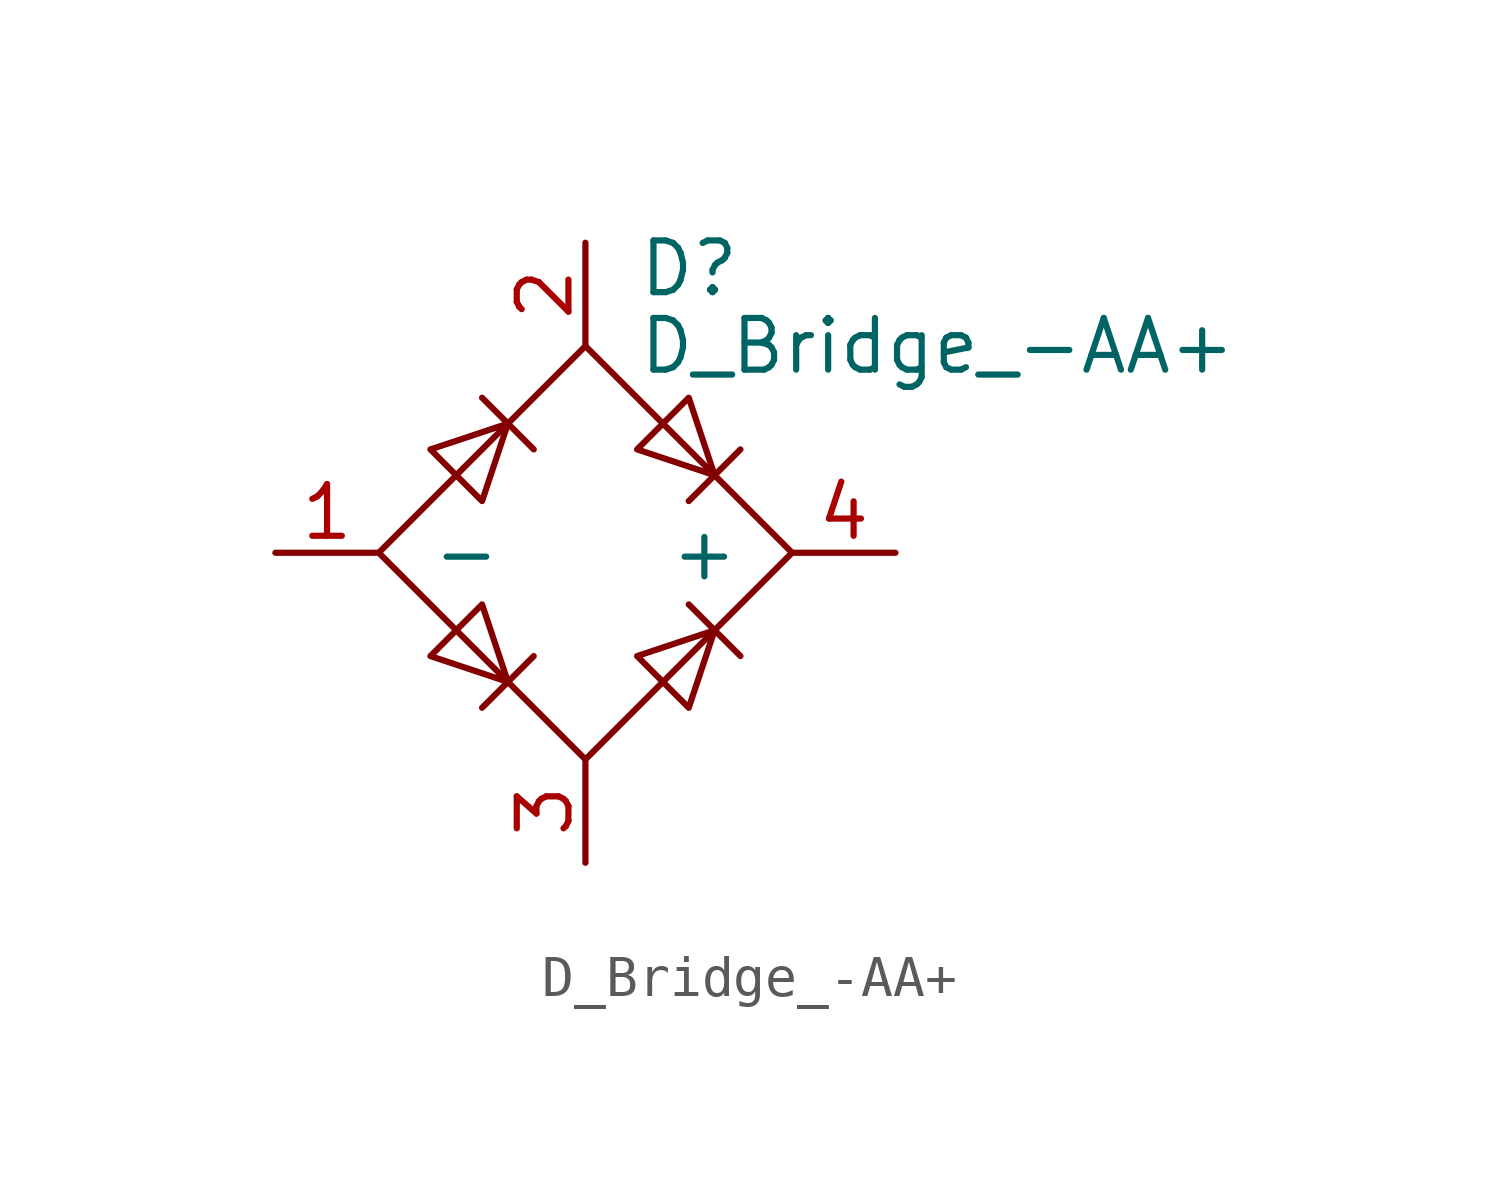
<source format=kicad_sym>
(kicad_symbol_lib
  (version 20211014)
  (generator kicad_symbol_editor)
  (symbol "D_Bridge_-AA+"
    (pin_names
      (offset 1.27))
    (property "Reference" "D"
      (at 1.27 6.985 0)
      (effects (font (size 1.27 1.27)) (justify left)))
    (property "Value" "D_Bridge_-AA+"
      (at 1.27 5.08 0)
      (effects (font (size 1.27 1.27)) (justify left)))
    (symbol "D_Bridge_-AA+_0_1"
      (polyline (pts (xy -2.54 3.81) (xy -1.27 2.54)) (stroke (width 0) (type default) (color 0 0 0 0)) (fill (type none)))
      (polyline (pts (xy -1.27 -2.54) (xy -2.54 -3.81)) (stroke (width 0) (type default) (color 0 0 0 0)) (fill (type none)))
      (polyline (pts (xy 2.54 -1.27) (xy 3.81 -2.54)) (stroke (width 0) (type default) (color 0 0 0 0)) (fill (type none)))
      (polyline (pts (xy 2.54 1.27) (xy 3.81 2.54)) (stroke (width 0) (type default) (color 0 0 0 0)) (fill (type none)))
      (polyline (pts (xy -3.81 2.54) (xy -2.54 1.27) (xy -1.905 3.175) (xy -3.81 2.54)) (stroke (width 0) (type default) (color 0 0 0 0)) (fill (type none)))
      (polyline (pts (xy -2.54 -1.27) (xy -3.81 -2.54) (xy -1.905 -3.175) (xy -2.54 -1.27)) (stroke (width 0) (type default) (color 0 0 0 0)) (fill (type none)))
      (polyline (pts (xy 1.27 2.54) (xy 2.54 3.81) (xy 3.175 1.905) (xy 1.27 2.54)) (stroke (width 0) (type default) (color 0 0 0 0)) (fill (type none)))
      (polyline (pts (xy 3.175 -1.905) (xy 1.27 -2.54) (xy 2.54 -3.81) (xy 3.175 -1.905)) (stroke (width 0) (type default) (color 0 0 0 0)) (fill (type none)))
      (polyline (pts (xy -5.08 0) (xy 0 -5.08) (xy 5.08 0) (xy 0 5.08) (xy -5.08 0)) (stroke (width 0) (type default) (color 0 0 0 0)) (fill (type none))))
    (symbol "D_Bridge_-AA+_1_1"
      (pin input line (at -7.62 0 0) (length 2.54) (name "-" (effects (font (size 1.27 1.27)))) (number "1" (effects (font (size 1.27 1.27)))))
      (pin input line (at 0 7.62 270) (length 2.54) (name "~" (effects (font (size 1.27 1.27)))) (number "2" (effects (font (size 1.27 1.27)))))
      (pin input line (at 0 -7.62 90) (length 2.54) (name "~" (effects (font (size 1.27 1.27)))) (number "3" (effects (font (size 1.27 1.27)))))
      (pin input line (at 7.62 0 180) (length 2.54) (name "+" (effects (font (size 1.27 1.27)))) (number "4" (effects (font (size 1.27 1.27))))))))
</source>
